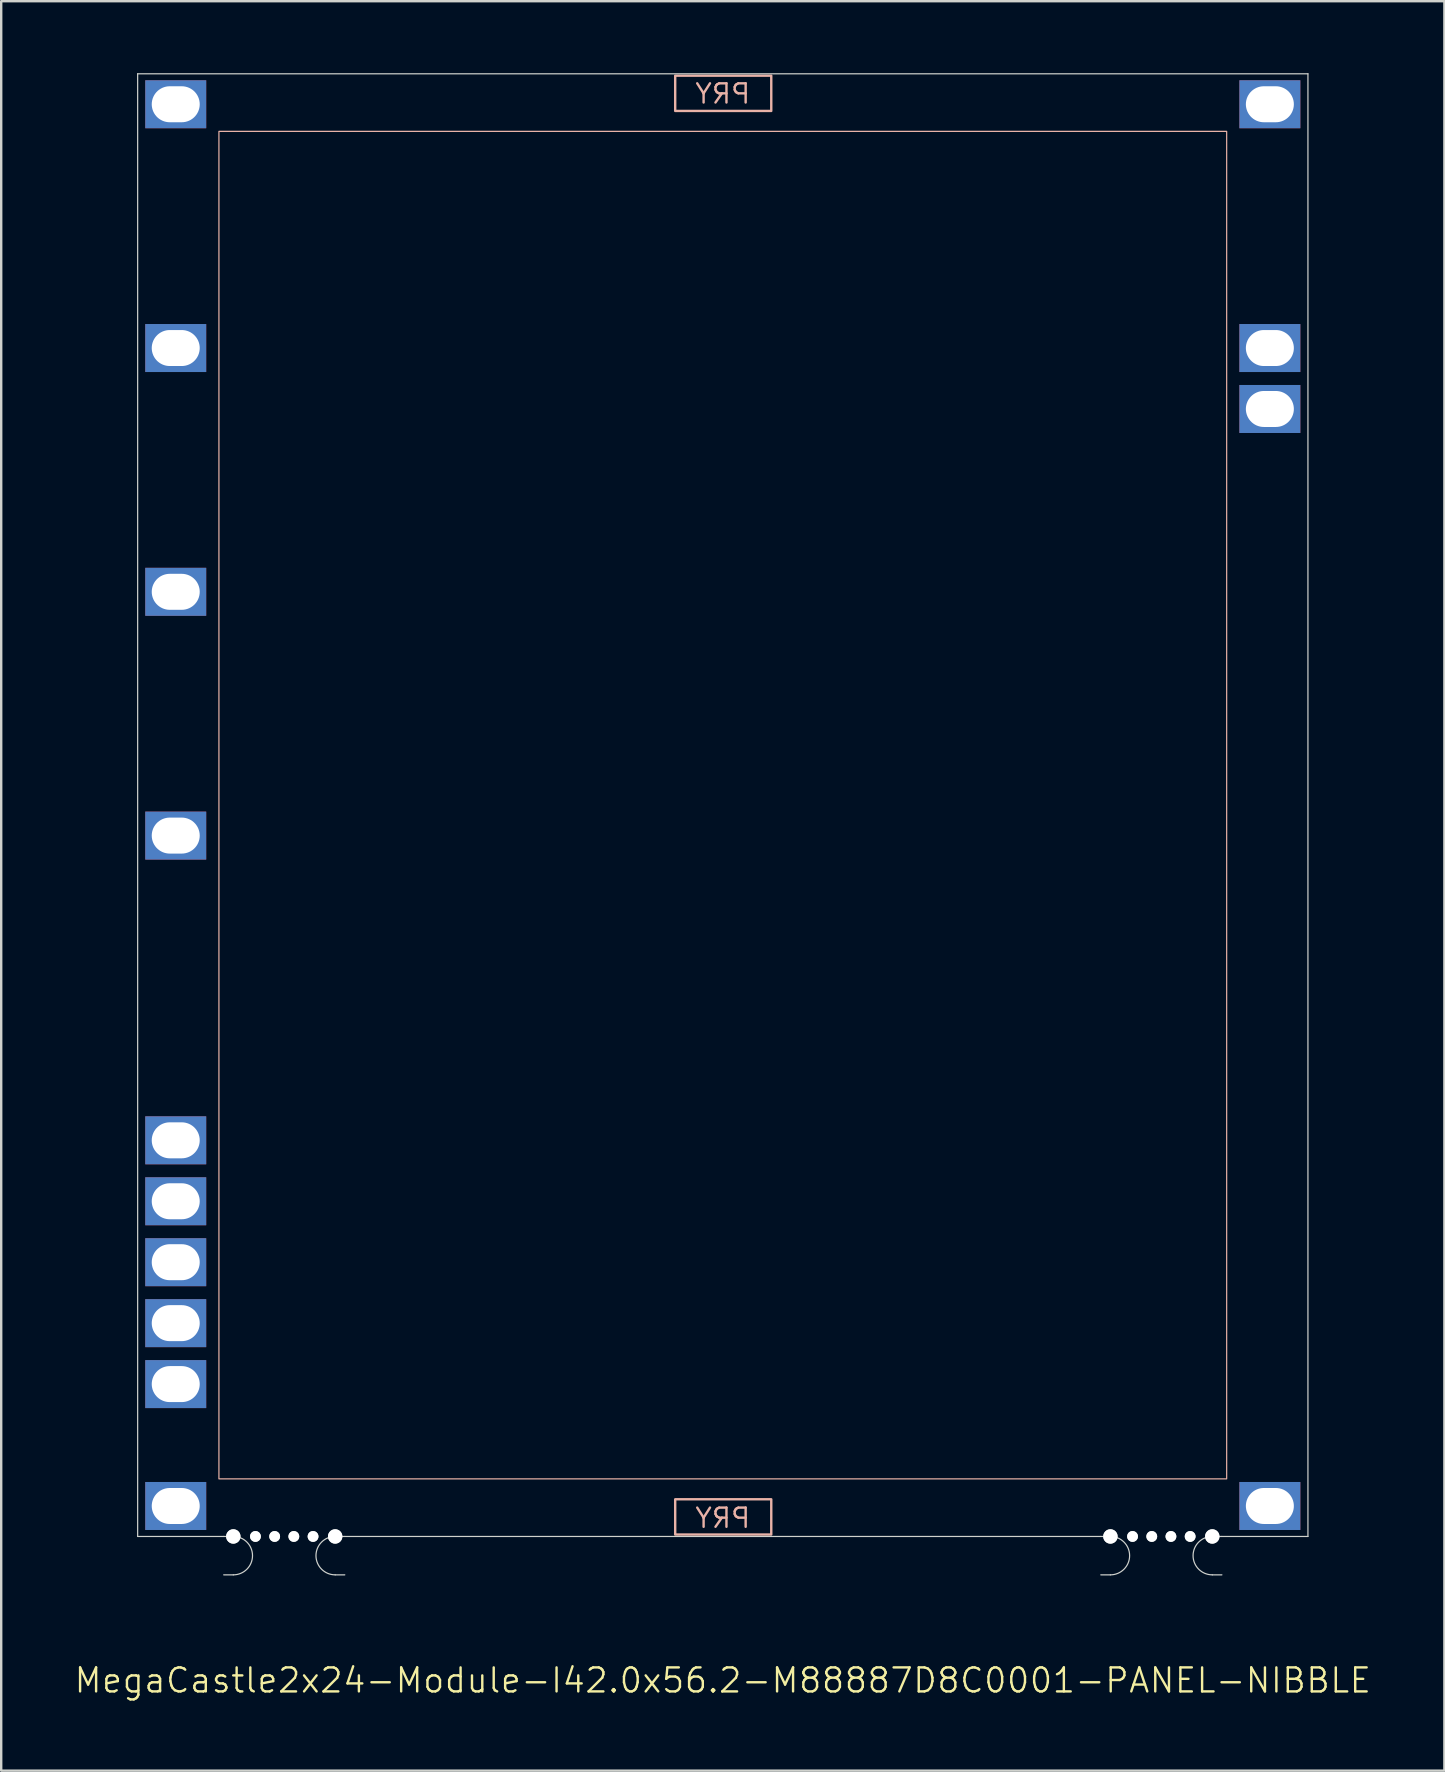
<source format=kicad_pcb>
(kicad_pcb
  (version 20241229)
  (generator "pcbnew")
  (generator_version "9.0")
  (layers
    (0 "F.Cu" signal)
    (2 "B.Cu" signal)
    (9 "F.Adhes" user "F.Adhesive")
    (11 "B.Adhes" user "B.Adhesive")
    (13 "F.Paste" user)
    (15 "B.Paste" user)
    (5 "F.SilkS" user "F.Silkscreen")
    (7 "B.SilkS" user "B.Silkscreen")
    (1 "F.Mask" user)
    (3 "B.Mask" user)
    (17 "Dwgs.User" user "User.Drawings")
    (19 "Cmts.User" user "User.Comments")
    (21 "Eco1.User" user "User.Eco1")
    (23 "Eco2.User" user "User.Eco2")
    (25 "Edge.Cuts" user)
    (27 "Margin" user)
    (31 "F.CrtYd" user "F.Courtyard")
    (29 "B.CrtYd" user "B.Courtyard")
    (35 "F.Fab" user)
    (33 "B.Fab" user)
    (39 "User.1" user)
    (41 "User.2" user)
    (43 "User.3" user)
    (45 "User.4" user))
  (footprint "MegaCastle2x24-Module-I42.0x56.2-M88887D8C0001-PANEL-NIBBLE"
    (layer "F.Cu")
    (at 27.074 30.505)
    (property "Reference" "MegaCastle2x24-Module-I42.0x56.2-M88887D8C0001-PANEL-NIBBLE" (at 0 36.48 0) (unlocked yes) (layer "F.SilkS") (effects (font (size 1 1) (thickness 0.1))))
    (attr smd)
    (fp_rect (start -21 28.08) (end 21 -28.08) (stroke (width 0.05) (type default)) (fill no) (layer "B.SilkS"))
    (fp_rect (start -1.984 -28.931) (end 2.02 -30.4) (stroke (width 0.1) (type default)) (fill no) (layer "B.SilkS"))
    (fp_rect (start -1.984 28.931) (end 2.02 30.4) (stroke (width 0.1) (type default)) (fill no) (layer "B.SilkS"))
    (fp_line (start -24.387 -30.48) (end -24.387 30.48) (stroke (width 0.05) (type default)) (layer "Edge.Cuts"))
    (fp_line (start -24.387 -30.48) (end 24.387 -30.48) (stroke (width 0.05) (type default)) (layer "Edge.Cuts"))
    (fp_line (start -24.387 30.48) (end -20.8 30.48) (stroke (width 0.05) (type default)) (layer "Edge.Cuts"))
    (fp_line (start -20.8 30.48) (end -20.4 30.48) (stroke (width 0.05) (type default)) (layer "Edge.Cuts"))
    (fp_line (start -20.8 32.08) (end -20.4 32.08) (stroke (width 0.05) (type default)) (layer "Edge.Cuts"))
    (fp_line (start -15.755 30.48) (end -16.155 30.48) (stroke (width 0.05) (type default)) (layer "Edge.Cuts"))
    (fp_line (start -15.755 30.48) (end 15.755 30.48) (stroke (width 0.05) (type default)) (layer "Edge.Cuts"))
    (fp_line (start -15.755 32.08) (end -16.155 32.08) (stroke (width 0.05) (type default)) (layer "Edge.Cuts"))
    (fp_line (start 15.755 30.48) (end 16.155 30.48) (stroke (width 0.05) (type default)) (layer "Edge.Cuts"))
    (fp_line (start 15.755 32.08) (end 16.155 32.08) (stroke (width 0.05) (type default)) (layer "Edge.Cuts"))
    (fp_line (start 20.8 30.48) (end 20.4 30.48) (stroke (width 0.05) (type default)) (layer "Edge.Cuts"))
    (fp_line (start 20.8 30.48) (end 24.387 30.48) (stroke (width 0.05) (type default)) (layer "Edge.Cuts"))
    (fp_line (start 20.8 32.08) (end 20.4 32.08) (stroke (width 0.05) (type default)) (layer "Edge.Cuts"))
    (fp_line (start 24.387 -30.48) (end 24.387 30.48) (stroke (width 0.05) (type default)) (layer "Edge.Cuts"))
    (fp_arc (start -20.4 30.48) (mid -19.6 31.280001) (end -20.4 32.080002) (stroke (width 0.05) (type default)) (layer "Edge.Cuts"))
    (fp_arc (start -16.155001 32.080002) (mid -16.955 31.280001) (end -16.155001 30.48) (stroke (width 0.05) (type default)) (layer "Edge.Cuts"))
    (fp_arc (start 16.155001 30.48) (mid 16.955 31.280001) (end 16.155001 32.080002) (stroke (width 0.05) (type default)) (layer "Edge.Cuts"))
    (fp_arc (start 20.4 32.080002) (mid 19.599998 31.28) (end 20.4 30.48) (stroke (width 0.05) (type default)) (layer "Edge.Cuts"))
    (fp_text user "PRY" (at 0 30.18 0) (unlocked yes) (layer "B.SilkS") (effects (font (size 0.8 0.8) (thickness 0.1)) (justify bottom mirror)))
    (fp_text user "PRY" (at 0 -29.18 0) (unlocked yes) (layer "B.SilkS") (effects (font (size 0.8 0.8) (thickness 0.1)) (justify bottom mirror)))
    (pad "" np_thru_hole circle (at -20.4 30.48) (size 0.6 0.6) (drill 0.6) (layers "*.Cu" "Edge.Cuts"))
    (pad "" np_thru_hole circle (at -19.478 30.48) (size 0.45 0.45) (drill 0.45) (layers "*.Cu" "Edge.Cuts"))
    (pad "" np_thru_hole circle (at -18.677 30.48) (size 0.45 0.45) (drill 0.45) (layers "*.Cu" "Edge.Cuts"))
    (pad "" np_thru_hole circle (at -17.878 30.48) (size 0.45 0.45) (drill 0.45) (layers "*.Cu" "Edge.Cuts"))
    (pad "" np_thru_hole circle (at -17.077 30.48) (size 0.45 0.45) (drill 0.45) (layers "*.Cu" "Edge.Cuts"))
    (pad "" np_thru_hole circle (at -16.155 30.48) (size 0.6 0.6) (drill 0.6) (layers "*.Cu" "Edge.Cuts"))
    (pad "" np_thru_hole circle (at 16.155 30.48) (size 0.6 0.6) (drill 0.6) (layers "*.Cu" "Edge.Cuts"))
    (pad "" np_thru_hole circle (at 17.077 30.48) (size 0.45 0.45) (drill 0.45) (layers "*.Cu" "Edge.Cuts"))
    (pad "" np_thru_hole circle (at 17.878 30.48) (size 0.45 0.45) (drill 0.45) (layers "*.Cu" "Edge.Cuts"))
    (pad "" np_thru_hole circle (at 18.677 30.48) (size 0.45 0.45) (drill 0.45) (layers "*.Cu" "Edge.Cuts"))
    (pad "" np_thru_hole circle (at 19.478 30.48) (size 0.45 0.45) (drill 0.45) (layers "*.Cu" "Edge.Cuts"))
    (pad "" np_thru_hole circle (at 20.4 30.48) (size 0.6 0.6) (drill 0.6) (layers "*.Cu" "Edge.Cuts"))
    (pad "1" thru_hole rect (at -22.8 -29.21) (size 2.54 2) (drill oval 2 1.5) (property pad_prop_castellated) (layers "*.Cu" "*.Mask"))
    (pad "5" thru_hole rect (at -22.8 -19.05) (size 2.54 2) (drill oval 2 1.5) (property pad_prop_castellated) (layers "*.Cu" "*.Mask"))
    (pad "9" thru_hole rect (at -22.8 -8.89) (size 2.54 2) (drill oval 2 1.5) (property pad_prop_castellated) (layers "*.Cu" "*.Mask"))
    (pad "13" thru_hole rect (at -22.8 1.27) (size 2.54 2) (drill oval 2 1.5) (property pad_prop_castellated) (layers "*.Cu" "*.Mask"))
    (pad "18" thru_hole rect (at -22.8 13.97) (size 2.54 2) (drill oval 2 1.5) (property pad_prop_castellated) (layers "*.Cu" "*.Mask"))
    (pad "19" thru_hole rect (at -22.8 16.51) (size 2.54 2) (drill oval 2 1.5) (property pad_prop_castellated) (layers "*.Cu" "*.Mask"))
    (pad "20" thru_hole rect (at -22.8 19.05) (size 2.54 2) (drill oval 2 1.5) (property pad_prop_castellated) (layers "*.Cu" "*.Mask"))
    (pad "21" thru_hole rect (at -22.8 21.59) (size 2.54 2) (drill oval 2 1.5) (property pad_prop_castellated) (layers "*.Cu" "*.Mask"))
    (pad "22" thru_hole rect (at -22.8 24.13) (size 2.54 2) (drill oval 2 1.5) (property pad_prop_castellated) (layers "*.Cu" "*.Mask"))
    (pad "24" thru_hole rect (at -22.8 29.21) (size 2.54 2) (drill oval 2 1.5) (property pad_prop_castellated) (layers "*.Cu" "*.Mask"))
    (pad "25" thru_hole rect (at 22.8 -29.21) (size 2.54 2) (drill oval 2 1.5) (property pad_prop_castellated) (layers "*.Cu" "*.Mask"))
    (pad "29" thru_hole rect (at 22.8 -19.05) (size 2.54 2) (drill oval 2 1.5) (property pad_prop_castellated) (layers "*.Cu" "*.Mask"))
    (pad "30" thru_hole rect (at 22.8 -16.51) (size 2.54 2) (drill oval 2 1.5) (property pad_prop_castellated) (layers "*.Cu" "*.Mask"))
    (pad "48" thru_hole rect (at 22.8 29.21) (size 2.54 2) (drill oval 2 1.5) (property pad_prop_castellated) (layers "*.Cu" "*.Mask"))
    (zone (net_name "") (layer "B.Cu") (hatch edge 0.5) (connect_pads) (min_thickness 0.25) (filled_areas_thickness no) (keepout (tracks allowed) (vias allowed) (pads allowed) (copperpour allowed) (footprints not_allowed)) (placement (enabled no)) (fill) (polygon (pts (xy 4.274 60.985) (xy 4.274 0.025) (xy 6.074 0.025) (xy 6.074 60.985))))
    (zone (net_name "") (layer "B.Cu") (hatch edge 0.5) (connect_pads) (min_thickness 0.25) (filled_areas_thickness no) (keepout (tracks allowed) (vias allowed) (pads allowed) (copperpour allowed) (footprints not_allowed)) (placement (enabled no)) (fill) (polygon (pts (xy 6.074 0.025) (xy 6.074 2.425) (xy 48.074 2.425) (xy 48.074 0.025))))
    (zone (net_name "") (layer "B.Cu") (hatch edge 0.5) (connect_pads) (min_thickness 0.25) (filled_areas_thickness no) (keepout (tracks allowed) (vias allowed) (pads allowed) (copperpour allowed) (footprints not_allowed)) (placement (enabled no)) (fill) (polygon (pts (xy 6.074 60.985) (xy 6.074 58.585) (xy 48.074 58.585) (xy 48.074 60.985))))
    (zone (net_name "") (layer "B.Cu") (name "Upper Pry Zone") (hatch edge 0.5) (connect_pads) (min_thickness 0.25) (filled_areas_thickness no) (keepout (tracks not_allowed) (vias not_allowed) (pads not_allowed) (copperpour allowed) (footprints not_allowed)) (placement (enabled no)) (fill) (polygon (pts (xy 25.09 1.574) (xy 25.09 0.105) (xy 29.093 0.105) (xy 29.093 1.574))))
    (zone (net_name "") (layer "B.Cu") (name "Upper Pry Zone") (hatch edge 0.5) (connect_pads) (min_thickness 0.25) (filled_areas_thickness no) (keepout (tracks not_allowed) (vias not_allowed) (pads not_allowed) (copperpour allowed) (footprints not_allowed)) (placement (enabled no)) (fill) (polygon (pts (xy 25.09 59.436) (xy 25.09 60.905) (xy 29.093 60.905) (xy 29.093 59.436))))
    (zone (net_name "") (layer "B.Cu") (hatch edge 0.5) (connect_pads) (min_thickness 0.25) (filled_areas_thickness no) (keepout (tracks allowed) (vias allowed) (pads allowed) (copperpour allowed) (footprints not_allowed)) (placement (enabled no)) (fill) (polygon (pts (xy 49.874 60.985) (xy 49.874 0.025) (xy 48.074 0.025) (xy 48.074 60.985)))))
  (gr_rect
    (start -3 -3)
    (end 57.148 70.746)
    (stroke (width 0.1) (type default))
    (fill no)
    (layer "Edge.Cuts")))
</source>
